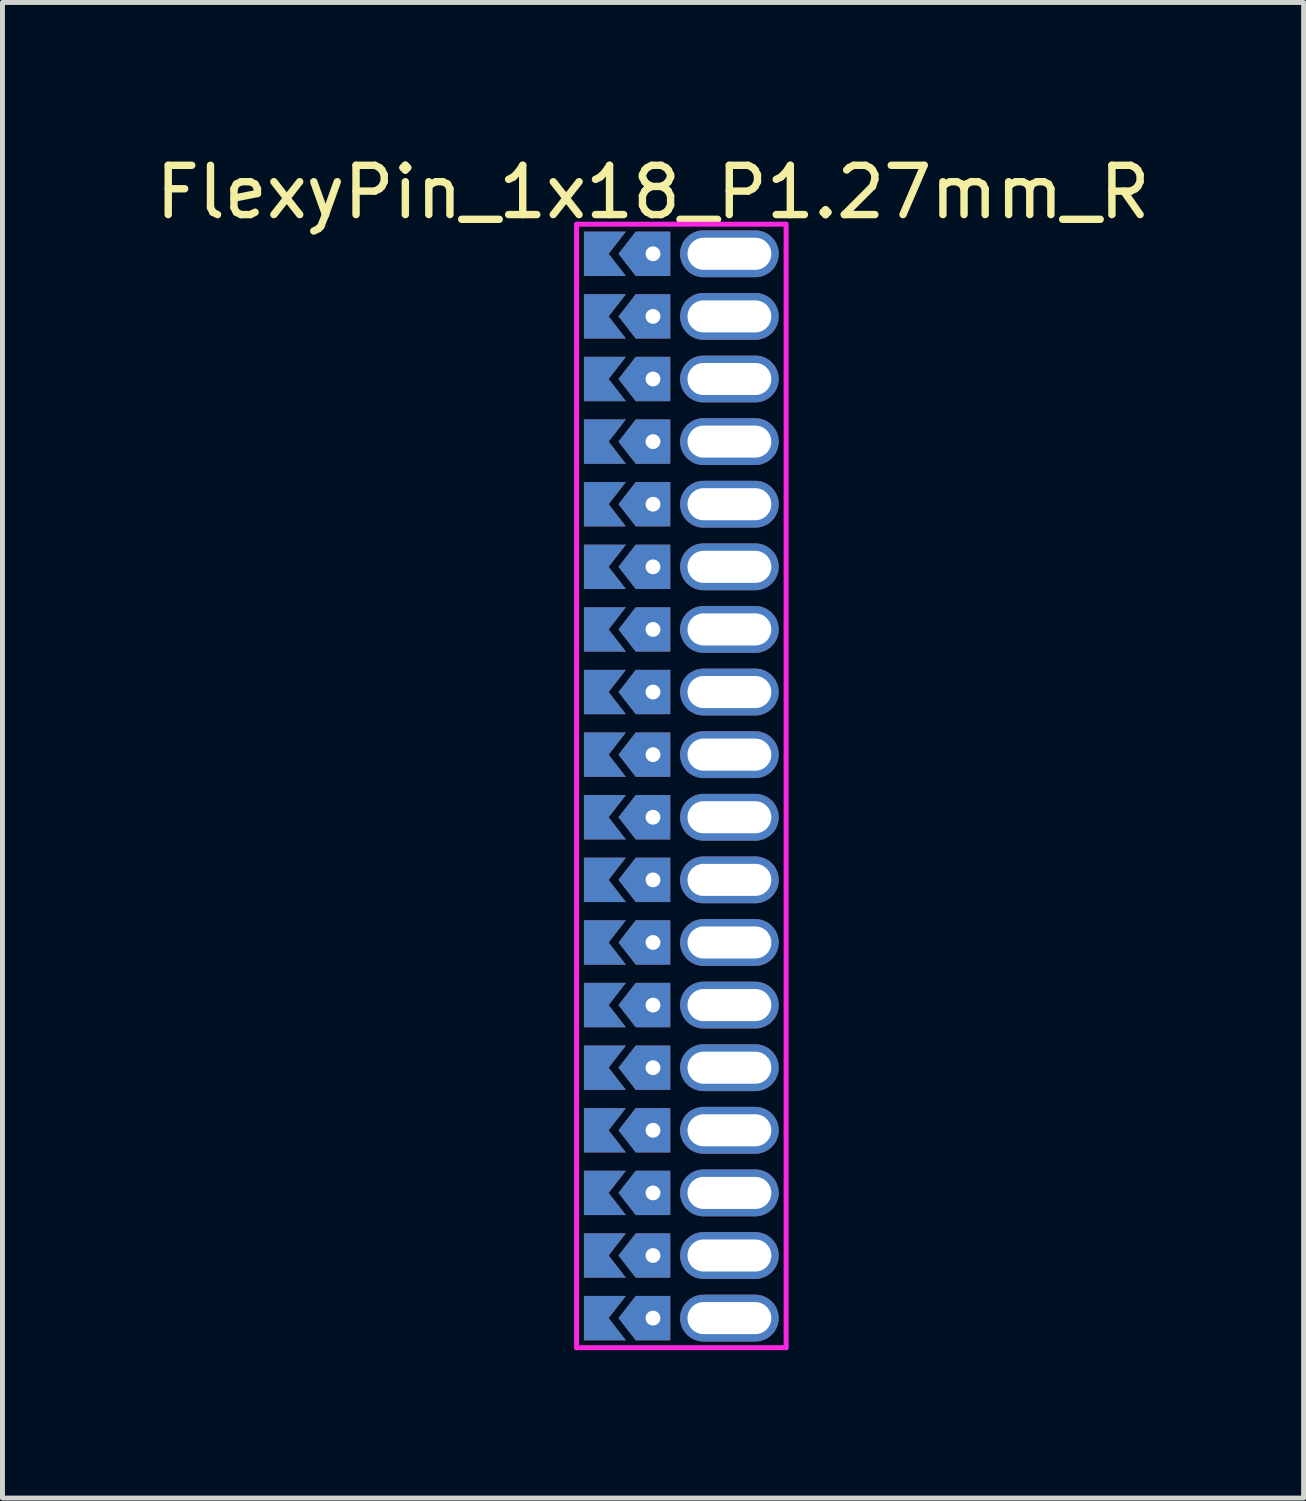
<source format=kicad_pcb>
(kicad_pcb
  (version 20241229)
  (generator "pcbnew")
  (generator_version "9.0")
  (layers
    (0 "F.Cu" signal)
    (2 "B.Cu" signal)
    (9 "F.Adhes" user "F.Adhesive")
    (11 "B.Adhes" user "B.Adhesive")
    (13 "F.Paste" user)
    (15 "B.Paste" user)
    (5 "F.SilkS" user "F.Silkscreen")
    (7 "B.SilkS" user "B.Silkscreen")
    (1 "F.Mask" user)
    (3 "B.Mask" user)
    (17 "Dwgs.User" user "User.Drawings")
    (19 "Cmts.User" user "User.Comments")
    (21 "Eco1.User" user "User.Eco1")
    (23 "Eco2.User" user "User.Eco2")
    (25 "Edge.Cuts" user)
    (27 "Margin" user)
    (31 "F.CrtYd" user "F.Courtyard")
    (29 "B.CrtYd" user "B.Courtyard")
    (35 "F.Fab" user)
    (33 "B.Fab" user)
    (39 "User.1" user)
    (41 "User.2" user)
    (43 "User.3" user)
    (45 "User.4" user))
  (footprint "FlexyPin_1x18_P1.27mm_R"
    (layer "F.Cu")
    (at 10.196 2.098)
    (property "Reference" "FlexyPin_1x18_P1.27mm_R" (at 0 -1.25 0) (layer "F.SilkS") (effects (font (size 1 1) (thickness 0.15))))
    (attr through_hole)
    (fp_line (start -1.55 -0.6) (end 2.7 -0.6) (stroke (width 0.1) (type solid)) (layer "F.CrtYd"))
    (fp_line (start -1.55 22.19) (end -1.55 -0.6) (stroke (width 0.1) (type solid)) (layer "F.CrtYd"))
    (fp_line (start 2.7 -0.6) (end 2.7 22.19) (stroke (width 0.1) (type solid)) (layer "F.CrtYd"))
    (fp_line (start 2.7 22.19) (end -1.55 22.19) (stroke (width 0.1) (type solid)) (layer "F.CrtYd"))
    (pad "" thru_hole custom (at 0 0) (size 0.3 0.3) (drill 0.6) (layers "*.Cu" "*.Mask") (options (anchor rect)) (primitives (gr_poly (pts (xy 0.35 0.45) (xy 0.35 -0.45) (xy -0.35 -0.45) (xy -0.7 0) (xy -0.35 0.45)) (width 0) (fill yes))))
    (pad "" thru_hole custom (at 0 1.27) (size 0.3 0.3) (drill 0.6) (layers "*.Cu" "*.Mask") (options (anchor rect)) (primitives (gr_poly (pts (xy 0.35 0.45) (xy 0.35 -0.45) (xy -0.35 -0.45) (xy -0.7 0) (xy -0.35 0.45)) (width 0) (fill yes))))
    (pad "" thru_hole custom (at 0 2.54) (size 0.3 0.3) (drill 0.6) (layers "*.Cu" "*.Mask") (options (anchor rect)) (primitives (gr_poly (pts (xy 0.35 0.45) (xy 0.35 -0.45) (xy -0.35 -0.45) (xy -0.7 0) (xy -0.35 0.45)) (width 0) (fill yes))))
    (pad "" thru_hole custom (at 0 3.81) (size 0.3 0.3) (drill 0.6) (layers "*.Cu" "*.Mask") (options (anchor rect)) (primitives (gr_poly (pts (xy 0.35 0.45) (xy 0.35 -0.45) (xy -0.35 -0.45) (xy -0.7 0) (xy -0.35 0.45)) (width 0) (fill yes))))
    (pad "" thru_hole custom (at 0 5.08) (size 0.3 0.3) (drill 0.6) (layers "*.Cu" "*.Mask") (options (anchor rect)) (primitives (gr_poly (pts (xy 0.35 0.45) (xy 0.35 -0.45) (xy -0.35 -0.45) (xy -0.7 0) (xy -0.35 0.45)) (width 0) (fill yes))))
    (pad "" thru_hole custom (at 0 6.35) (size 0.3 0.3) (drill 0.6) (layers "*.Cu" "*.Mask") (options (anchor rect)) (primitives (gr_poly (pts (xy 0.35 0.45) (xy 0.35 -0.45) (xy -0.35 -0.45) (xy -0.7 0) (xy -0.35 0.45)) (width 0) (fill yes))))
    (pad "" thru_hole custom (at 0 7.62) (size 0.3 0.3) (drill 0.6) (layers "*.Cu" "*.Mask") (options (anchor rect)) (primitives (gr_poly (pts (xy 0.35 0.45) (xy 0.35 -0.45) (xy -0.35 -0.45) (xy -0.7 0) (xy -0.35 0.45)) (width 0) (fill yes))))
    (pad "" thru_hole custom (at 0 8.89) (size 0.3 0.3) (drill 0.6) (layers "*.Cu" "*.Mask") (options (anchor rect)) (primitives (gr_poly (pts (xy 0.35 0.45) (xy 0.35 -0.45) (xy -0.35 -0.45) (xy -0.7 0) (xy -0.35 0.45)) (width 0) (fill yes))))
    (pad "" thru_hole custom (at 0 10.16) (size 0.3 0.3) (drill 0.6) (layers "*.Cu" "*.Mask") (options (anchor rect)) (primitives (gr_poly (pts (xy 0.35 0.45) (xy 0.35 -0.45) (xy -0.35 -0.45) (xy -0.7 0) (xy -0.35 0.45)) (width 0) (fill yes))))
    (pad "" thru_hole custom (at 0 11.43) (size 0.3 0.3) (drill 0.6) (layers "*.Cu" "*.Mask") (options (anchor rect)) (primitives (gr_poly (pts (xy 0.35 0.45) (xy 0.35 -0.45) (xy -0.35 -0.45) (xy -0.7 0) (xy -0.35 0.45)) (width 0) (fill yes))))
    (pad "" thru_hole custom (at 0 12.7) (size 0.3 0.3) (drill 0.6) (layers "*.Cu" "*.Mask") (options (anchor rect)) (primitives (gr_poly (pts (xy 0.35 0.45) (xy 0.35 -0.45) (xy -0.35 -0.45) (xy -0.7 0) (xy -0.35 0.45)) (width 0) (fill yes))))
    (pad "" thru_hole custom (at 0 13.97) (size 0.3 0.3) (drill 0.6) (layers "*.Cu" "*.Mask") (options (anchor rect)) (primitives (gr_poly (pts (xy 0.35 0.45) (xy 0.35 -0.45) (xy -0.35 -0.45) (xy -0.7 0) (xy -0.35 0.45)) (width 0) (fill yes))))
    (pad "" thru_hole custom (at 0 15.24) (size 0.3 0.3) (drill 0.6) (layers "*.Cu" "*.Mask") (options (anchor rect)) (primitives (gr_poly (pts (xy 0.35 0.45) (xy 0.35 -0.45) (xy -0.35 -0.45) (xy -0.7 0) (xy -0.35 0.45)) (width 0) (fill yes))))
    (pad "" thru_hole custom (at 0 16.51) (size 0.3 0.3) (drill 0.6) (layers "*.Cu" "*.Mask") (options (anchor rect)) (primitives (gr_poly (pts (xy 0.35 0.45) (xy 0.35 -0.45) (xy -0.35 -0.45) (xy -0.7 0) (xy -0.35 0.45)) (width 0) (fill yes))))
    (pad "" thru_hole custom (at 0 17.78) (size 0.3 0.3) (drill 0.6) (layers "*.Cu" "*.Mask") (options (anchor rect)) (primitives (gr_poly (pts (xy 0.35 0.45) (xy 0.35 -0.45) (xy -0.35 -0.45) (xy -0.7 0) (xy -0.35 0.45)) (width 0) (fill yes))))
    (pad "" thru_hole custom (at 0 19.05) (size 0.3 0.3) (drill 0.6) (layers "*.Cu" "*.Mask") (options (anchor rect)) (primitives (gr_poly (pts (xy 0.35 0.45) (xy 0.35 -0.45) (xy -0.35 -0.45) (xy -0.7 0) (xy -0.35 0.45)) (width 0) (fill yes))))
    (pad "" thru_hole custom (at 0 20.32) (size 0.3 0.3) (drill 0.6) (layers "*.Cu" "*.Mask") (options (anchor rect)) (primitives (gr_poly (pts (xy 0.35 0.45) (xy 0.35 -0.45) (xy -0.35 -0.45) (xy -0.7 0) (xy -0.35 0.45)) (width 0) (fill yes))))
    (pad "" thru_hole custom (at 0 21.59) (size 0.3 0.3) (drill 0.6) (layers "*.Cu" "*.Mask") (options (anchor rect)) (primitives (gr_poly (pts (xy 0.35 0.45) (xy 0.35 -0.45) (xy -0.35 -0.45) (xy -0.7 0) (xy -0.35 0.45)) (width 0) (fill yes))))
    (pad "" thru_hole oval (at 1.55 0) (size 2 0.95) (drill oval 1.7 0.65) (layers "*.Cu" "*.Mask"))
    (pad "" thru_hole oval (at 1.55 1.27) (size 2 0.95) (drill oval 1.7 0.65) (layers "*.Cu" "*.Mask"))
    (pad "" thru_hole oval (at 1.55 2.54) (size 2 0.95) (drill oval 1.7 0.65) (layers "*.Cu" "*.Mask"))
    (pad "" thru_hole oval (at 1.55 3.81) (size 2 0.95) (drill oval 1.7 0.65) (layers "*.Cu" "*.Mask"))
    (pad "" thru_hole oval (at 1.55 5.08) (size 2 0.95) (drill oval 1.7 0.65) (layers "*.Cu" "*.Mask"))
    (pad "" thru_hole oval (at 1.55 6.35) (size 2 0.95) (drill oval 1.7 0.65) (layers "*.Cu" "*.Mask"))
    (pad "" thru_hole oval (at 1.55 7.62) (size 2 0.95) (drill oval 1.7 0.65) (layers "*.Cu" "*.Mask"))
    (pad "" thru_hole oval (at 1.55 8.89) (size 2 0.95) (drill oval 1.7 0.65) (layers "*.Cu" "*.Mask"))
    (pad "" thru_hole oval (at 1.55 10.16) (size 2 0.95) (drill oval 1.7 0.65) (layers "*.Cu" "*.Mask"))
    (pad "" thru_hole oval (at 1.55 11.43) (size 2 0.95) (drill oval 1.7 0.65) (layers "*.Cu" "*.Mask"))
    (pad "" thru_hole oval (at 1.55 12.7) (size 2 0.95) (drill oval 1.7 0.65) (layers "*.Cu" "*.Mask"))
    (pad "" thru_hole oval (at 1.55 13.97) (size 2 0.95) (drill oval 1.7 0.65) (layers "*.Cu" "*.Mask"))
    (pad "" thru_hole oval (at 1.55 15.24) (size 2 0.95) (drill oval 1.7 0.65) (layers "*.Cu" "*.Mask"))
    (pad "" thru_hole oval (at 1.55 16.51) (size 2 0.95) (drill oval 1.7 0.65) (layers "*.Cu" "*.Mask"))
    (pad "" thru_hole oval (at 1.55 17.78) (size 2 0.95) (drill oval 1.7 0.65) (layers "*.Cu" "*.Mask"))
    (pad "" thru_hole oval (at 1.55 19.05) (size 2 0.95) (drill oval 1.7 0.65) (layers "*.Cu" "*.Mask"))
    (pad "" thru_hole oval (at 1.55 20.32) (size 2 0.95) (drill oval 1.7 0.65) (layers "*.Cu" "*.Mask"))
    (pad "" thru_hole oval (at 1.55 21.59) (size 2 0.95) (drill oval 1.7 0.65) (layers "*.Cu" "*.Mask"))
    (pad "1" smd custom (at -0.9 0) (size 0.01 0.01) (layers "F.Cu" "F.Mask") (options (anchor rect)) (primitives (gr_poly (pts (xy 0 0) (xy 0.35 0.45) (xy -0.5 0.45) (xy -0.5 -0.45) (xy 0.35 -0.45)) (width 0) (fill yes))))
    (pad "1" smd custom (at -0.9 1.27) (size 0.01 0.01) (layers "F.Cu" "F.Mask") (options (anchor rect)) (primitives (gr_poly (pts (xy 0 0) (xy 0.35 0.45) (xy -0.5 0.45) (xy -0.5 -0.45) (xy 0.35 -0.45)) (width 0) (fill yes))))
    (pad "1" smd custom (at -0.9 2.54) (size 0.01 0.01) (layers "F.Cu" "F.Mask") (options (anchor rect)) (primitives (gr_poly (pts (xy 0 0) (xy 0.35 0.45) (xy -0.5 0.45) (xy -0.5 -0.45) (xy 0.35 -0.45)) (width 0) (fill yes))))
    (pad "1" smd custom (at -0.9 3.81) (size 0.01 0.01) (layers "F.Cu" "F.Mask") (options (anchor rect)) (primitives (gr_poly (pts (xy 0 0) (xy 0.35 0.45) (xy -0.5 0.45) (xy -0.5 -0.45) (xy 0.35 -0.45)) (width 0) (fill yes))))
    (pad "1" smd custom (at -0.9 5.08) (size 0.01 0.01) (layers "F.Cu" "F.Mask") (options (anchor rect)) (primitives (gr_poly (pts (xy 0 0) (xy 0.35 0.45) (xy -0.5 0.45) (xy -0.5 -0.45) (xy 0.35 -0.45)) (width 0) (fill yes))))
    (pad "1" smd custom (at -0.9 6.35) (size 0.01 0.01) (layers "F.Cu" "F.Mask") (options (anchor rect)) (primitives (gr_poly (pts (xy 0 0) (xy 0.35 0.45) (xy -0.5 0.45) (xy -0.5 -0.45) (xy 0.35 -0.45)) (width 0) (fill yes))))
    (pad "1" smd custom (at -0.9 7.62) (size 0.01 0.01) (layers "F.Cu" "F.Mask") (options (anchor rect)) (primitives (gr_poly (pts (xy 0 0) (xy 0.35 0.45) (xy -0.5 0.45) (xy -0.5 -0.45) (xy 0.35 -0.45)) (width 0) (fill yes))))
    (pad "1" smd custom (at -0.9 8.89) (size 0.01 0.01) (layers "F.Cu" "F.Mask") (options (anchor rect)) (primitives (gr_poly (pts (xy 0 0) (xy 0.35 0.45) (xy -0.5 0.45) (xy -0.5 -0.45) (xy 0.35 -0.45)) (width 0) (fill yes))))
    (pad "1" smd custom (at -0.9 10.16) (size 0.01 0.01) (layers "F.Cu" "F.Mask") (options (anchor rect)) (primitives (gr_poly (pts (xy 0 0) (xy 0.35 0.45) (xy -0.5 0.45) (xy -0.5 -0.45) (xy 0.35 -0.45)) (width 0) (fill yes))))
    (pad "1" smd custom (at -0.9 11.43) (size 0.01 0.01) (layers "F.Cu" "F.Mask") (options (anchor rect)) (primitives (gr_poly (pts (xy 0 0) (xy 0.35 0.45) (xy -0.5 0.45) (xy -0.5 -0.45) (xy 0.35 -0.45)) (width 0) (fill yes))))
    (pad "1" smd custom (at -0.9 12.7) (size 0.01 0.01) (layers "F.Cu" "F.Mask") (options (anchor rect)) (primitives (gr_poly (pts (xy 0 0) (xy 0.35 0.45) (xy -0.5 0.45) (xy -0.5 -0.45) (xy 0.35 -0.45)) (width 0) (fill yes))))
    (pad "1" smd custom (at -0.9 13.97) (size 0.01 0.01) (layers "F.Cu" "F.Mask") (options (anchor rect)) (primitives (gr_poly (pts (xy 0 0) (xy 0.35 0.45) (xy -0.5 0.45) (xy -0.5 -0.45) (xy 0.35 -0.45)) (width 0) (fill yes))))
    (pad "1" smd custom (at -0.9 15.24) (size 0.01 0.01) (layers "F.Cu" "F.Mask") (options (anchor rect)) (primitives (gr_poly (pts (xy 0 0) (xy 0.35 0.45) (xy -0.5 0.45) (xy -0.5 -0.45) (xy 0.35 -0.45)) (width 0) (fill yes))))
    (pad "1" smd custom (at -0.9 16.51) (size 0.01 0.01) (layers "F.Cu" "F.Mask") (options (anchor rect)) (primitives (gr_poly (pts (xy 0 0) (xy 0.35 0.45) (xy -0.5 0.45) (xy -0.5 -0.45) (xy 0.35 -0.45)) (width 0) (fill yes))))
    (pad "1" smd custom (at -0.9 17.78) (size 0.01 0.01) (layers "F.Cu" "F.Mask") (options (anchor rect)) (primitives (gr_poly (pts (xy 0 0) (xy 0.35 0.45) (xy -0.5 0.45) (xy -0.5 -0.45) (xy 0.35 -0.45)) (width 0) (fill yes))))
    (pad "1" smd custom (at -0.9 19.05) (size 0.01 0.01) (layers "F.Cu" "F.Mask") (options (anchor rect)) (primitives (gr_poly (pts (xy 0 0) (xy 0.35 0.45) (xy -0.5 0.45) (xy -0.5 -0.45) (xy 0.35 -0.45)) (width 0) (fill yes))))
    (pad "1" smd custom (at -0.9 20.32) (size 0.01 0.01) (layers "F.Cu" "F.Mask") (options (anchor rect)) (primitives (gr_poly (pts (xy 0 0) (xy 0.35 0.45) (xy -0.5 0.45) (xy -0.5 -0.45) (xy 0.35 -0.45)) (width 0) (fill yes))))
    (pad "1" smd custom (at -0.9 21.59) (size 0.01 0.01) (layers "F.Cu" "F.Mask") (options (anchor rect)) (primitives (gr_poly (pts (xy 0 0) (xy 0.35 0.45) (xy -0.5 0.45) (xy -0.5 -0.45) (xy 0.35 -0.45)) (width 0) (fill yes))))
    (pad "2" smd custom (at -0.9 0) (size 0.01 0.01) (layers "B.Cu" "B.Mask") (options (anchor rect)) (primitives (gr_poly (pts (xy 0 0) (xy 0.35 0.45) (xy -0.5 0.45) (xy -0.5 -0.45) (xy 0.35 -0.45)) (width 0) (fill yes))))
    (pad "2" smd custom (at -0.9 1.27) (size 0.01 0.01) (layers "B.Cu" "B.Mask") (options (anchor rect)) (primitives (gr_poly (pts (xy 0 0) (xy 0.35 0.45) (xy -0.5 0.45) (xy -0.5 -0.45) (xy 0.35 -0.45)) (width 0) (fill yes))))
    (pad "2" smd custom (at -0.9 2.54) (size 0.01 0.01) (layers "B.Cu" "B.Mask") (options (anchor rect)) (primitives (gr_poly (pts (xy 0 0) (xy 0.35 0.45) (xy -0.5 0.45) (xy -0.5 -0.45) (xy 0.35 -0.45)) (width 0) (fill yes))))
    (pad "2" smd custom (at -0.9 3.81) (size 0.01 0.01) (layers "B.Cu" "B.Mask") (options (anchor rect)) (primitives (gr_poly (pts (xy 0 0) (xy 0.35 0.45) (xy -0.5 0.45) (xy -0.5 -0.45) (xy 0.35 -0.45)) (width 0) (fill yes))))
    (pad "2" smd custom (at -0.9 5.08) (size 0.01 0.01) (layers "B.Cu" "B.Mask") (options (anchor rect)) (primitives (gr_poly (pts (xy 0 0) (xy 0.35 0.45) (xy -0.5 0.45) (xy -0.5 -0.45) (xy 0.35 -0.45)) (width 0) (fill yes))))
    (pad "2" smd custom (at -0.9 6.35) (size 0.01 0.01) (layers "B.Cu" "B.Mask") (options (anchor rect)) (primitives (gr_poly (pts (xy 0 0) (xy 0.35 0.45) (xy -0.5 0.45) (xy -0.5 -0.45) (xy 0.35 -0.45)) (width 0) (fill yes))))
    (pad "2" smd custom (at -0.9 7.62) (size 0.01 0.01) (layers "B.Cu" "B.Mask") (options (anchor rect)) (primitives (gr_poly (pts (xy 0 0) (xy 0.35 0.45) (xy -0.5 0.45) (xy -0.5 -0.45) (xy 0.35 -0.45)) (width 0) (fill yes))))
    (pad "2" smd custom (at -0.9 8.89) (size 0.01 0.01) (layers "B.Cu" "B.Mask") (options (anchor rect)) (primitives (gr_poly (pts (xy 0 0) (xy 0.35 0.45) (xy -0.5 0.45) (xy -0.5 -0.45) (xy 0.35 -0.45)) (width 0) (fill yes))))
    (pad "2" smd custom (at -0.9 10.16) (size 0.01 0.01) (layers "B.Cu" "B.Mask") (options (anchor rect)) (primitives (gr_poly (pts (xy 0 0) (xy 0.35 0.45) (xy -0.5 0.45) (xy -0.5 -0.45) (xy 0.35 -0.45)) (width 0) (fill yes))))
    (pad "2" smd custom (at -0.9 11.43) (size 0.01 0.01) (layers "B.Cu" "B.Mask") (options (anchor rect)) (primitives (gr_poly (pts (xy 0 0) (xy 0.35 0.45) (xy -0.5 0.45) (xy -0.5 -0.45) (xy 0.35 -0.45)) (width 0) (fill yes))))
    (pad "2" smd custom (at -0.9 12.7) (size 0.01 0.01) (layers "B.Cu" "B.Mask") (options (anchor rect)) (primitives (gr_poly (pts (xy 0 0) (xy 0.35 0.45) (xy -0.5 0.45) (xy -0.5 -0.45) (xy 0.35 -0.45)) (width 0) (fill yes))))
    (pad "2" smd custom (at -0.9 13.97) (size 0.01 0.01) (layers "B.Cu" "B.Mask") (options (anchor rect)) (primitives (gr_poly (pts (xy 0 0) (xy 0.35 0.45) (xy -0.5 0.45) (xy -0.5 -0.45) (xy 0.35 -0.45)) (width 0) (fill yes))))
    (pad "2" smd custom (at -0.9 15.24) (size 0.01 0.01) (layers "B.Cu" "B.Mask") (options (anchor rect)) (primitives (gr_poly (pts (xy 0 0) (xy 0.35 0.45) (xy -0.5 0.45) (xy -0.5 -0.45) (xy 0.35 -0.45)) (width 0) (fill yes))))
    (pad "2" smd custom (at -0.9 16.51) (size 0.01 0.01) (layers "B.Cu" "B.Mask") (options (anchor rect)) (primitives (gr_poly (pts (xy 0 0) (xy 0.35 0.45) (xy -0.5 0.45) (xy -0.5 -0.45) (xy 0.35 -0.45)) (width 0) (fill yes))))
    (pad "2" smd custom (at -0.9 17.78) (size 0.01 0.01) (layers "B.Cu" "B.Mask") (options (anchor rect)) (primitives (gr_poly (pts (xy 0 0) (xy 0.35 0.45) (xy -0.5 0.45) (xy -0.5 -0.45) (xy 0.35 -0.45)) (width 0) (fill yes))))
    (pad "2" smd custom (at -0.9 19.05) (size 0.01 0.01) (layers "B.Cu" "B.Mask") (options (anchor rect)) (primitives (gr_poly (pts (xy 0 0) (xy 0.35 0.45) (xy -0.5 0.45) (xy -0.5 -0.45) (xy 0.35 -0.45)) (width 0) (fill yes))))
    (pad "2" smd custom (at -0.9 20.32) (size 0.01 0.01) (layers "B.Cu" "B.Mask") (options (anchor rect)) (primitives (gr_poly (pts (xy 0 0) (xy 0.35 0.45) (xy -0.5 0.45) (xy -0.5 -0.45) (xy 0.35 -0.45)) (width 0) (fill yes))))
    (pad "2" smd custom (at -0.9 21.59) (size 0.01 0.01) (layers "B.Cu" "B.Mask") (options (anchor rect)) (primitives (gr_poly (pts (xy 0 0) (xy 0.35 0.45) (xy -0.5 0.45) (xy -0.5 -0.45) (xy 0.35 -0.45)) (width 0) (fill yes)))))
  (gr_rect
    (start -3 -3)
    (end 23.393 27.338)
    (stroke (width 0.1) (type default))
    (fill no)
    (layer "Edge.Cuts")))
</source>
